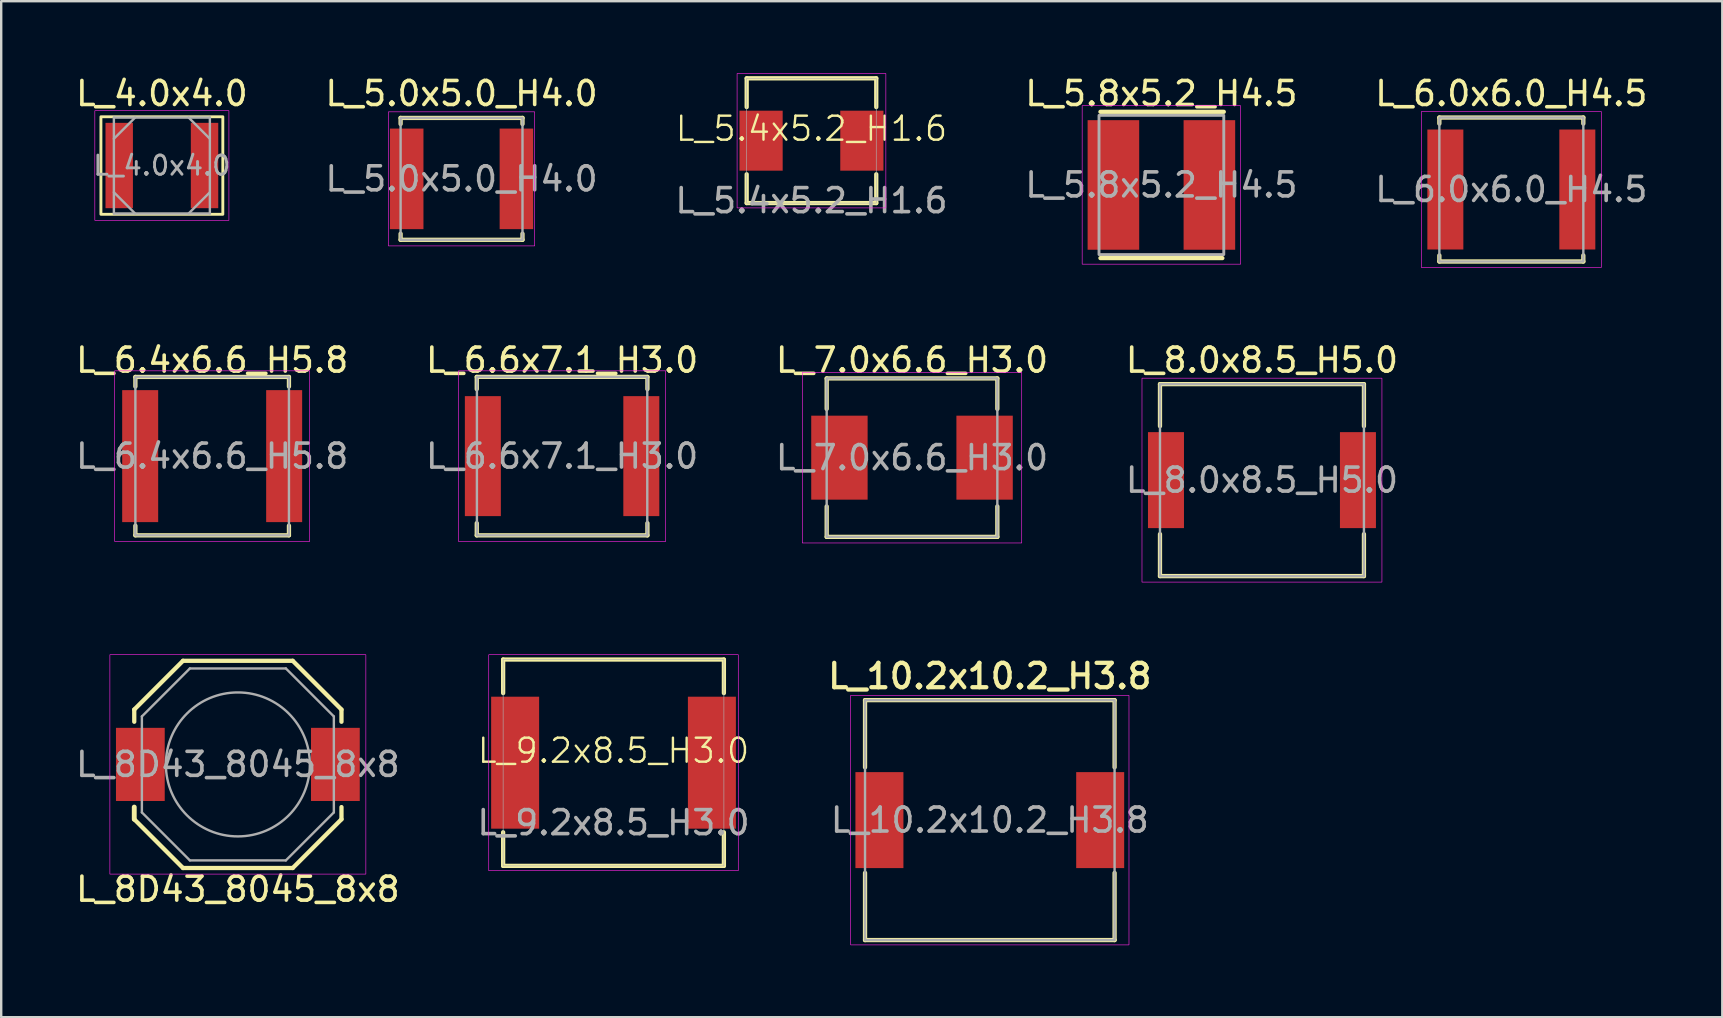
<source format=kicad_pcb>
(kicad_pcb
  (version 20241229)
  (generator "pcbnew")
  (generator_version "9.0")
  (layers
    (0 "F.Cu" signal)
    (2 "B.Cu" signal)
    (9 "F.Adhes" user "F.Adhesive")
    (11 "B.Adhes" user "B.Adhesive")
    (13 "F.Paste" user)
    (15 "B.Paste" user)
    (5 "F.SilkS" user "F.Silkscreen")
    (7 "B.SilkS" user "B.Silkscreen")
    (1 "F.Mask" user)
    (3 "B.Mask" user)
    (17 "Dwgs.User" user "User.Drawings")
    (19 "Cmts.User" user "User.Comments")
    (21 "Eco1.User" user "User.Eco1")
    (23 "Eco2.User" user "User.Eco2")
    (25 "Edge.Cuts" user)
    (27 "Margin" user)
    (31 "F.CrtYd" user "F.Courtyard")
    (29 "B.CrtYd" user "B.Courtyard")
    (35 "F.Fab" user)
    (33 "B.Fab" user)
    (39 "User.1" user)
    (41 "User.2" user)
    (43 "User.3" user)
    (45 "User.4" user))
  (footprint "L_6.0x6.0_H4.5"
    (layer "F.Cu")
    (at 59.935 4.848)
    (property "Reference" "L_6.0x6.0_H4.5" (at 0 -4 0) (unlocked yes) (layer "F.SilkS") (effects (font (size 1 1) (thickness 0.15))))
    (attr smd)
    (fp_line (start -3 -3) (end 3 -3) (stroke (width 0.178) (type solid)) (layer "F.SilkS"))
    (fp_line (start -3 -2.746) (end -3 -3) (stroke (width 0.178) (type solid)) (layer "F.SilkS"))
    (fp_line (start -3 3) (end -3 2.746) (stroke (width 0.178) (type solid)) (layer "F.SilkS"))
    (fp_line (start 3 -3) (end 3 -2.746) (stroke (width 0.178) (type solid)) (layer "F.SilkS"))
    (fp_line (start 3 2.746) (end 3 3) (stroke (width 0.178) (type solid)) (layer "F.SilkS"))
    (fp_line (start 3 3) (end -3 3) (stroke (width 0.178) (type solid)) (layer "F.SilkS"))
    (fp_rect (start -3.75 -3.25) (end 3.75 3.25) (stroke (width 0.025) (type solid)) (fill no) (layer "F.CrtYd"))
    (fp_rect (start -3 -3) (end 3 3) (stroke (width 0.1) (type solid)) (fill no) (layer "F.Fab"))
    (fp_text user "${REFERENCE}" (at 0 0 0) (unlocked yes) (layer "F.Fab") (effects (font (size 1 1) (thickness 0.15))))
    (pad "1" smd rect (at -2.75 0) (size 1.5 5) (layers "F.Cu" "F.Mask" "F.Paste"))
    (pad "2" smd rect (at 2.75 0) (size 1.5 5) (layers "F.Cu" "F.Mask" "F.Paste")))
  (footprint "L_5.0x5.0_H4.0"
    (layer "F.Cu")
    (at 16.185 4.404)
    (property "Reference" "L_5.0x5.0_H4.0" (at 0 -3.556 0) (unlocked yes) (layer "F.SilkS") (effects (font (size 1 1) (thickness 0.15))))
    (attr smd)
    (fp_line (start -2.54 -2.54) (end 2.54 -2.54) (stroke (width 0.178) (type solid)) (layer "F.SilkS"))
    (fp_line (start -2.54 -2.286) (end -2.54 -2.54) (stroke (width 0.178) (type solid)) (layer "F.SilkS"))
    (fp_line (start -2.54 2.54) (end -2.54 2.286) (stroke (width 0.178) (type solid)) (layer "F.SilkS"))
    (fp_line (start 2.54 -2.54) (end 2.54 -2.286) (stroke (width 0.178) (type solid)) (layer "F.SilkS"))
    (fp_line (start 2.54 2.286) (end 2.54 2.54) (stroke (width 0.178) (type solid)) (layer "F.SilkS"))
    (fp_line (start 2.54 2.54) (end -2.54 2.54) (stroke (width 0.178) (type solid)) (layer "F.SilkS"))
    (fp_rect (start -3.048 -2.794) (end 3.048 2.794) (stroke (width 0.025) (type solid)) (fill no) (layer "F.CrtYd"))
    (fp_rect (start -2.54 -2.54) (end 2.54 2.54) (stroke (width 0.1) (type solid)) (fill no) (layer "F.Fab"))
    (fp_text user "${REFERENCE}" (at 0 0 0) (unlocked yes) (layer "F.Fab") (effects (font (size 1 1) (thickness 0.15))))
    (pad "1" smd rect (at -2.286 0) (size 1.397 4.191) (layers "F.Cu" "F.Mask" "F.Paste"))
    (pad "2" smd rect (at 2.286 0) (size 1.397 4.191) (layers "F.Cu" "F.Mask" "F.Paste")))
  (footprint "L_4.0x4.0"
    (layer "F.Cu")
    (at 3.696 3.848)
    (property "Reference" "L_4.0x4.0" (at 0 -3 0) (layer "F.SilkS") (effects (font (size 1 1) (thickness 0.15))))
    (attr smd)
    (fp_rect (start -2.54 -2.032) (end 2.54 2.032) (stroke (width 0.12) (type solid)) (fill no) (layer "F.SilkS"))
    (fp_rect (start -2.794 -2.286) (end 2.794 2.286) (stroke (width 0.025) (type solid)) (fill no) (layer "F.CrtYd"))
    (fp_line (start -2 -2) (end 2 -2) (stroke (width 0.1) (type solid)) (layer "F.Fab"))
    (fp_line (start -2 -1.115) (end -1.115 -2) (stroke (width 0.1) (type solid)) (layer "F.Fab"))
    (fp_line (start -2 2) (end -2 -2) (stroke (width 0.1) (type solid)) (layer "F.Fab"))
    (fp_line (start -1.115 2) (end -2 1.115) (stroke (width 0.1) (type solid)) (layer "F.Fab"))
    (fp_line (start 1.115 -2) (end 2 -1.115) (stroke (width 0.1) (type solid)) (layer "F.Fab"))
    (fp_line (start 2 -2) (end 2 2) (stroke (width 0.1) (type solid)) (layer "F.Fab"))
    (fp_line (start 2 1.115) (end 1.115 2) (stroke (width 0.1) (type solid)) (layer "F.Fab"))
    (fp_line (start 2 2) (end -2 2) (stroke (width 0.1) (type solid)) (layer "F.Fab"))
    (fp_text user "${REFERENCE}" (at 0 0 0) (layer "F.Fab") (effects (font (size 0.8 0.8) (thickness 0.12))))
    (pad "1" smd rect (at -1.778 0) (size 1.143 3.556) (layers "F.Cu" "F.Mask" "F.Paste"))
    (pad "2" smd rect (at 1.778 0) (size 1.143 3.556) (layers "F.Cu" "F.Mask" "F.Paste")))
  (footprint "L_5.4x5.2_H1.6"
    (layer "F.Cu")
    (at 30.768 2.813)
    (property "Reference" "L_5.4x5.2_H1.6" (at 0 -0.5 0) (unlocked yes) (layer "F.SilkS") (effects (font (size 1 1) (thickness 0.1))))
    (attr smd)
    (fp_line (start -2.7 -2.6) (end 2.7 -2.6) (stroke (width 0.178) (type default)) (layer "F.SilkS"))
    (fp_line (start -2.7 -1.4) (end -2.7 -2.6) (stroke (width 0.178) (type default)) (layer "F.SilkS"))
    (fp_line (start -2.7 2.6) (end -2.7 1.4) (stroke (width 0.178) (type default)) (layer "F.SilkS"))
    (fp_line (start 2.7 -2.6) (end 2.7 -1.4) (stroke (width 0.178) (type default)) (layer "F.SilkS"))
    (fp_line (start 2.7 1.4) (end 2.7 2.6) (stroke (width 0.178) (type default)) (layer "F.SilkS"))
    (fp_line (start 2.7 2.6) (end -2.7 2.6) (stroke (width 0.178) (type default)) (layer "F.SilkS"))
    (fp_rect (start -3.1 -2.8) (end 3.1 2.8) (stroke (width 0.025) (type default)) (fill no) (layer "F.CrtYd"))
    (fp_rect (start -2.7 -2.6) (end 2.7 2.6) (stroke (width 0.025) (type default)) (fill no) (layer "F.Fab"))
    (fp_text user "${REFERENCE}" (at 0 2.5 0) (unlocked yes) (layer "F.Fab") (effects (font (size 1 1) (thickness 0.15))))
    (pad "1" smd rect (at -2.1 0) (size 1.8 2.5) (layers "F.Cu" "F.Mask" "F.Paste"))
    (pad "2" smd rect (at 2.1 0) (size 1.8 2.5) (layers "F.Cu" "F.Mask" "F.Paste")))
  (footprint "L_7.0x6.6_H3.0"
    (layer "F.Cu")
    (at 34.958 16.023)
    (property "Reference" "L_7.0x6.6_H3.0" (at 0 -4.064 0) (unlocked yes) (layer "F.SilkS") (effects (font (size 1 1) (thickness 0.15))))
    (attr smd)
    (fp_line (start -3.556 -3.302) (end 3.556 -3.302) (stroke (width 0.178) (type solid)) (layer "F.SilkS"))
    (fp_line (start -3.556 -2.032) (end -3.556 -3.302) (stroke (width 0.178) (type solid)) (layer "F.SilkS"))
    (fp_line (start -3.556 3.302) (end -3.556 2.032) (stroke (width 0.178) (type solid)) (layer "F.SilkS"))
    (fp_line (start 3.556 -3.302) (end 3.556 -2.032) (stroke (width 0.178) (type solid)) (layer "F.SilkS"))
    (fp_line (start 3.556 2.032) (end 3.556 3.302) (stroke (width 0.178) (type solid)) (layer "F.SilkS"))
    (fp_line (start 3.556 3.302) (end -3.556 3.302) (stroke (width 0.178) (type solid)) (layer "F.SilkS"))
    (fp_rect (start -4.572 -3.556) (end 4.572 3.556) (stroke (width 0.025) (type solid)) (fill no) (layer "F.CrtYd"))
    (fp_rect (start -3.556 -3.302) (end 3.556 3.302) (stroke (width 0.1) (type solid)) (fill no) (layer "F.Fab"))
    (fp_text user "${REFERENCE}" (at 0 0 0) (unlocked yes) (layer "F.Fab") (effects (font (size 1 1) (thickness 0.15))))
    (pad "1" smd rect (at -3.025 0) (size 2.35 3.5) (layers "F.Cu" "F.Mask" "F.Paste"))
    (pad "2" smd rect (at 3.025 0) (size 2.35 3.5) (layers "F.Cu" "F.Mask" "F.Paste")))
  (footprint "L_8D43_8045_8x8"
    (layer "F.Cu")
    (at 6.863 28.807)
    (property "Reference" "L_8D43_8045_8x8" (at 0 5.2 0) (layer "F.SilkS") (effects (font (size 1 1) (thickness 0.15))))
    (attr smd)
    (fp_line (start -4.318 -2.286) (end -4.318 -1.778) (stroke (width 0.178) (type solid)) (layer "F.SilkS"))
    (fp_line (start -4.318 1.778) (end -4.318 2.286) (stroke (width 0.203) (type solid)) (layer "F.SilkS"))
    (fp_line (start -4.318 2.286) (end -2.286 4.318) (stroke (width 0.178) (type solid)) (layer "F.SilkS"))
    (fp_line (start -2.286 -4.318) (end -4.318 -2.286) (stroke (width 0.178) (type solid)) (layer "F.SilkS"))
    (fp_line (start -2.286 -4.318) (end 2.286 -4.318) (stroke (width 0.178) (type solid)) (layer "F.SilkS"))
    (fp_line (start -2.286 4.318) (end 2.286 4.318) (stroke (width 0.178) (type solid)) (layer "F.SilkS"))
    (fp_line (start 2.286 4.318) (end 4.318 2.286) (stroke (width 0.178) (type solid)) (layer "F.SilkS"))
    (fp_line (start 4.318 -2.286) (end 2.286 -4.318) (stroke (width 0.178) (type solid)) (layer "F.SilkS"))
    (fp_line (start 4.318 -1.778) (end 4.318 -2.286) (stroke (width 0.178) (type solid)) (layer "F.SilkS"))
    (fp_line (start 4.318 1.778) (end 4.318 2.286) (stroke (width 0.178) (type solid)) (layer "F.SilkS"))
    (fp_rect (start -5.334 -4.572) (end 5.334 4.572) (stroke (width 0.025) (type solid)) (fill no) (layer "F.CrtYd"))
    (fp_line (start -4 -2) (end -2 -4) (stroke (width 0.1) (type solid)) (layer "F.Fab"))
    (fp_line (start -4 2) (end -4 -2) (stroke (width 0.1) (type solid)) (layer "F.Fab"))
    (fp_line (start -2 -4) (end 2 -4) (stroke (width 0.1) (type solid)) (layer "F.Fab"))
    (fp_line (start -2 4) (end -4 2) (stroke (width 0.1) (type solid)) (layer "F.Fab"))
    (fp_line (start 2 -4) (end 4 -2) (stroke (width 0.1) (type solid)) (layer "F.Fab"))
    (fp_line (start 2 4) (end -2 4) (stroke (width 0.1) (type solid)) (layer "F.Fab"))
    (fp_line (start 4 -2) (end 4 2) (stroke (width 0.1) (type solid)) (layer "F.Fab"))
    (fp_line (start 4 2) (end 2 4) (stroke (width 0.1) (type solid)) (layer "F.Fab"))
    (fp_circle (center 0 0) (end 0 -3) (stroke (width 0.1) (type solid)) (fill no) (layer "F.Fab"))
    (fp_text user "${REFERENCE}" (at 0 0 0) (layer "F.Fab") (effects (font (size 1 1) (thickness 0.15))))
    (pad "1" smd rect (at -4.064 0) (size 2.032 3.048) (layers "F.Cu" "F.Mask" "F.Paste"))
    (pad "2" smd rect (at 4.064 0) (size 2.032 3.048) (layers "F.Cu" "F.Mask" "F.Paste")))
  (footprint "L_10.2x10.2_H3.8"
    (layer "F.Cu")
    (at 38.2 31.128)
    (property "Reference" "L_10.2x10.2_H3.8" (at 0 -6 0) (layer "F.SilkS") (effects (font (size 1.016 1.016) (thickness 0.178))))
    (attr smd)
    (fp_line (start -5.2 -2.2) (end -5.2 -5) (stroke (width 0.178) (type solid)) (layer "F.SilkS"))
    (fp_line (start -5.2 2.2) (end -5.2 5) (stroke (width 0.178) (type solid)) (layer "F.SilkS"))
    (fp_line (start 5.2 -5) (end -5.2 -5) (stroke (width 0.178) (type solid)) (layer "F.SilkS"))
    (fp_line (start 5.2 -2.2) (end 5.2 -5) (stroke (width 0.178) (type solid)) (layer "F.SilkS"))
    (fp_line (start 5.2 2.2) (end 5.2 5) (stroke (width 0.178) (type solid)) (layer "F.SilkS"))
    (fp_line (start 5.2 5) (end -5.2 5) (stroke (width 0.178) (type solid)) (layer "F.SilkS"))
    (fp_rect (start -5.8 5.2) (end 5.8 -5.2) (stroke (width 0.025) (type solid)) (fill no) (layer "F.CrtYd"))
    (fp_rect (start -5.2 -5) (end 5.2 5) (stroke (width 0.1) (type solid)) (fill no) (layer "F.Fab"))
    (fp_text user "${REFERENCE}" (at 0 0 0) (layer "F.Fab") (effects (font (size 1 1) (thickness 0.15))))
    (pad "1" smd rect (at -4.6 0) (size 2 4) (layers "F.Cu" "F.Mask" "F.Paste"))
    (pad "2" smd rect (at 4.6 0) (size 2 4) (layers "F.Cu" "F.Mask" "F.Paste")))
  (footprint "L_8.0x8.5_H5.0"
    (layer "F.Cu")
    (at 49.542 16.959)
    (property "Reference" "L_8.0x8.5_H5.0" (at 0 -5 0) (unlocked yes) (layer "F.SilkS") (effects (font (size 1 1) (thickness 0.15))))
    (attr smd)
    (fp_line (start -4.25 -4) (end -4.25 -2.25) (stroke (width 0.178) (type solid)) (layer "F.SilkS"))
    (fp_line (start -4.25 -4) (end 4.25 -4) (stroke (width 0.178) (type solid)) (layer "F.SilkS"))
    (fp_line (start -4.25 2.25) (end -4.25 4) (stroke (width 0.178) (type solid)) (layer "F.SilkS"))
    (fp_line (start 4.25 -4) (end 4.25 -2.25) (stroke (width 0.178) (type solid)) (layer "F.SilkS"))
    (fp_line (start 4.25 2.25) (end 4.25 4) (stroke (width 0.178) (type solid)) (layer "F.SilkS"))
    (fp_line (start 4.25 4) (end -4.25 4) (stroke (width 0.178) (type solid)) (layer "F.SilkS"))
    (fp_rect (start -5 -4.25) (end 5 4.25) (stroke (width 0.025) (type solid)) (fill no) (layer "F.CrtYd"))
    (fp_rect (start -4.25 -4) (end 4.25 4) (stroke (width 0.1) (type solid)) (fill no) (layer "F.Fab"))
    (fp_text user "${REFERENCE}" (at 0 0 0) (unlocked yes) (layer "F.Fab") (effects (font (size 1 1) (thickness 0.15))))
    (pad "1" smd rect (at -4 0) (size 1.5 4) (layers "F.Cu" "F.Mask" "F.Paste"))
    (pad "2" smd rect (at 4 0) (size 1.5 4) (layers "F.Cu" "F.Mask" "F.Paste")))
  (footprint "L_9.2x8.5_H3.0"
    (layer "F.Cu")
    (at 22.518 28.735)
    (property "Reference" "L_9.2x8.5_H3.0" (at 0 -0.5 0) (unlocked yes) (layer "F.SilkS") (effects (font (size 1 1) (thickness 0.1))))
    (attr smd)
    (fp_line (start -4.6 -4.3) (end -4.6 -2.9) (stroke (width 0.178) (type default)) (layer "F.SilkS"))
    (fp_line (start -4.6 2.9) (end -4.6 4.3) (stroke (width 0.178) (type default)) (layer "F.SilkS"))
    (fp_line (start -4.6 4.3) (end 4.6 4.3) (stroke (width 0.178) (type default)) (layer "F.SilkS"))
    (fp_line (start 4.6 -4.3) (end -4.6 -4.3) (stroke (width 0.178) (type default)) (layer "F.SilkS"))
    (fp_line (start 4.6 -2.9) (end 4.6 -4.3) (stroke (width 0.178) (type default)) (layer "F.SilkS"))
    (fp_line (start 4.6 4.3) (end 4.6 2.9) (stroke (width 0.178) (type default)) (layer "F.SilkS"))
    (fp_rect (start -5.2 -4.5) (end 5.2 4.5) (stroke (width 0.025) (type default)) (fill no) (layer "F.CrtYd"))
    (fp_rect (start -4.6 -4.3) (end 4.6 4.3) (stroke (width 0.025) (type default)) (fill no) (layer "F.Fab"))
    (fp_text user "${REFERENCE}" (at 0 2.5 0) (unlocked yes) (layer "F.Fab") (effects (font (size 1 1) (thickness 0.15))))
    (pad "1" smd rect (at -4.1 0) (size 2 5.5) (layers "F.Cu" "F.Mask" "F.Paste"))
    (pad "2" smd rect (at 4.1 0) (size 2 5.5) (layers "F.Cu" "F.Mask" "F.Paste")))
  (footprint "L_6.6x7.1_H3.0"
    (layer "F.Cu")
    (at 20.375 15.959)
    (property "Reference" "L_6.6x7.1_H3.0" (at 0 -4 0) (unlocked yes) (layer "F.SilkS") (effects (font (size 1 1) (thickness 0.15))))
    (attr smd)
    (fp_line (start -3.556 -3.302) (end 3.556 -3.302) (stroke (width 0.178) (type solid)) (layer "F.SilkS"))
    (fp_line (start -3.556 -2.794) (end -3.556 -3.302) (stroke (width 0.178) (type solid)) (layer "F.SilkS"))
    (fp_line (start -3.556 3.302) (end -3.556 2.794) (stroke (width 0.178) (type solid)) (layer "F.SilkS"))
    (fp_line (start 3.556 -3.302) (end 3.556 -2.794) (stroke (width 0.178) (type solid)) (layer "F.SilkS"))
    (fp_line (start 3.556 2.794) (end 3.556 3.302) (stroke (width 0.178) (type solid)) (layer "F.SilkS"))
    (fp_line (start 3.556 3.302) (end -3.556 3.302) (stroke (width 0.178) (type solid)) (layer "F.SilkS"))
    (fp_rect (start -4.318 -3.556) (end 4.318 3.556) (stroke (width 0.025) (type solid)) (fill no) (layer "F.CrtYd"))
    (fp_rect (start -3.55 -3.3) (end 3.55 3.3) (stroke (width 0.1) (type solid)) (fill no) (layer "F.Fab"))
    (fp_text user "${REFERENCE}" (at 0 0 0) (unlocked yes) (layer "F.Fab") (effects (font (size 1 1) (thickness 0.15))))
    (pad "1" smd rect (at -3.302 0) (size 1.5 5) (layers "F.Cu" "F.Mask" "F.Paste"))
    (pad "2" smd rect (at 3.302 0) (size 1.5 5) (layers "F.Cu" "F.Mask" "F.Paste")))
  (footprint "L_5.8x5.2_H4.5"
    (layer "F.Cu")
    (at 45.351 4.658)
    (property "Reference" "L_5.8x5.2_H4.5" (at 0 -3.81 0) (unlocked yes) (layer "F.SilkS") (effects (font (size 1 1) (thickness 0.15))))
    (attr smd)
    (fp_line (start -2.54 -3.048) (end 2.6 -3.048) (stroke (width 0.178) (type solid)) (layer "F.SilkS"))
    (fp_line (start -2.54 3.048) (end 2.54 3.048) (stroke (width 0.178) (type solid)) (layer "F.SilkS"))
    (fp_rect (start -3.302 -3.302) (end 3.302 3.302) (stroke (width 0.025) (type solid)) (fill no) (layer "F.CrtYd"))
    (fp_rect (start -2.6 -2.9) (end 2.6 2.9) (stroke (width 0.12) (type solid)) (fill no) (layer "F.Fab"))
    (fp_text user "${REFERENCE}" (at 0 0 0) (unlocked yes) (layer "F.Fab") (effects (font (size 1 1) (thickness 0.15))))
    (pad "1" smd rect (at -2 0) (size 2.15 5.4) (layers "F.Cu" "F.Mask" "F.Paste"))
    (pad "2" smd rect (at 2 0) (size 2.15 5.4) (layers "F.Cu" "F.Mask" "F.Paste"))
    (zone (net_name "") (layer "F.Cu") (hatch edge 0.508) (connect_pads) (min_thickness 0.254) (filled_areas_thickness no) (keepout (tracks allowed) (vias allowed) (pads allowed) (copperpour not_allowed) (footprints allowed)) (placement (enabled no)) (fill) (polygon (pts (xy 46.113 7.706) (xy 44.589 7.706) (xy 44.589 1.61) (xy 46.113 1.61)))))
  (footprint "L_6.4x6.6_H5.8"
    (layer "F.Cu")
    (at 5.792 15.959)
    (property "Reference" "L_6.4x6.6_H5.8" (at 0 -4 0) (unlocked yes) (layer "F.SilkS") (effects (font (size 1 1) (thickness 0.15))))
    (attr smd)
    (fp_line (start -3.2 -3.3) (end 3.2 -3.3) (stroke (width 0.178) (type solid)) (layer "F.SilkS"))
    (fp_line (start -3.2 -2.9) (end -3.2 -3.3) (stroke (width 0.178) (type solid)) (layer "F.SilkS"))
    (fp_line (start -3.2 3.3) (end -3.2 2.9) (stroke (width 0.178) (type solid)) (layer "F.SilkS"))
    (fp_line (start 3.2 -3.3) (end 3.2 -2.9) (stroke (width 0.178) (type solid)) (layer "F.SilkS"))
    (fp_line (start 3.2 2.9) (end 3.2 3.3) (stroke (width 0.178) (type solid)) (layer "F.SilkS"))
    (fp_line (start 3.2 3.3) (end -3.2 3.3) (stroke (width 0.178) (type solid)) (layer "F.SilkS"))
    (fp_rect (start -4.064 -3.556) (end 4.064 3.556) (stroke (width 0.025) (type solid)) (fill no) (layer "F.CrtYd"))
    (fp_rect (start -3.2 -3.3) (end 3.2 3.3) (stroke (width 0.1) (type solid)) (fill no) (layer "F.Fab"))
    (fp_text user "${REFERENCE}" (at 0 0 0) (unlocked yes) (layer "F.Fab") (effects (font (size 1 1) (thickness 0.15))))
    (pad "1" smd rect (at -3 0) (size 1.5 5.5) (layers "F.Cu" "F.Mask" "F.Paste"))
    (pad "2" smd rect (at 3 0) (size 1.5 5.5) (layers "F.Cu" "F.Mask" "F.Paste")))
  (gr_rect
    (start -3 -3)
    (end 68.726 39.341)
    (stroke (width 0.1) (type default))
    (fill no)
    (layer "Edge.Cuts")))
</source>
